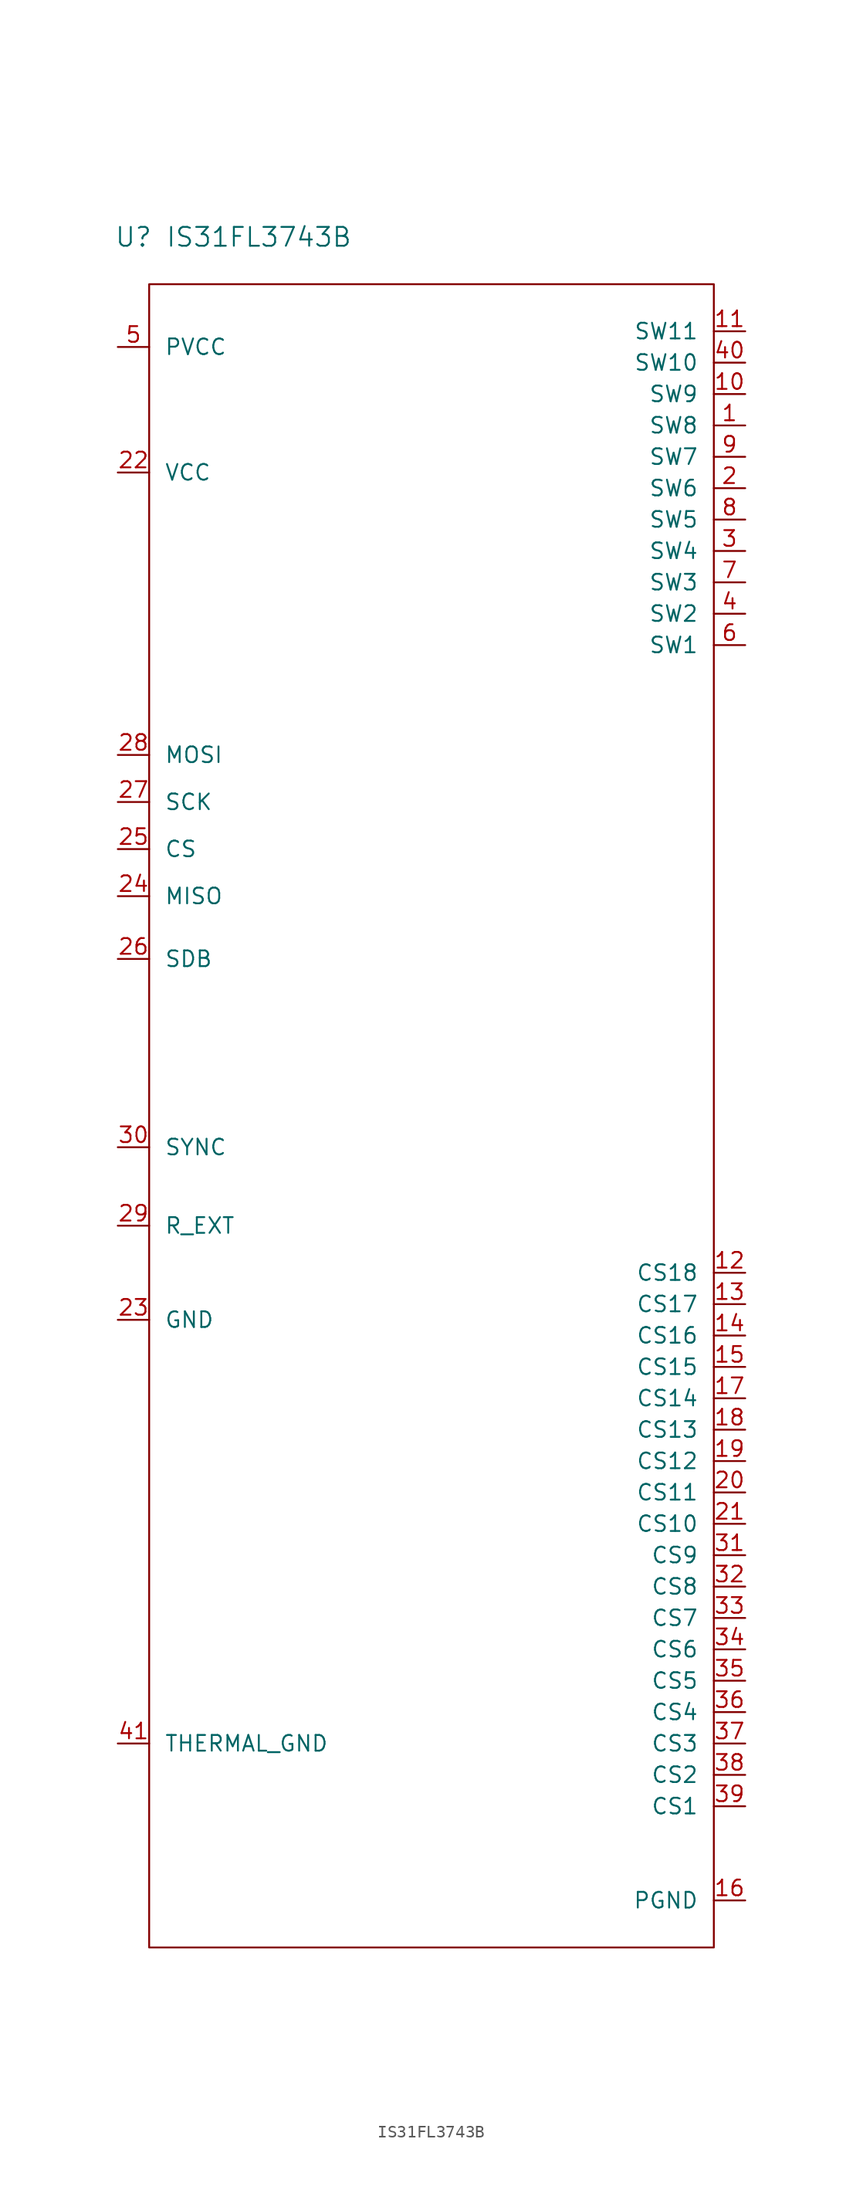
<source format=kicad_sym>
(kicad_symbol_lib
  (version 20201005)
  (generator kicad_symbol_editor)
  (symbol "IS31FL3743B"
    (pin_names
      (offset 1.219))
    (property "Reference" "U"
      (at -25.4 58.42 0)
      (effects (font (size 1.524 1.524))))
    (property "Value" "IS31FL3743B"
      (at -15.24 58.42 0)
      (effects (font (size 1.524 1.524))))
    (symbol "IS31FL3743B_0_1"
      (rectangle (start -24.13 54.61) (end 21.59 -80.01) (stroke (width 0)) (fill (type none))))
    (symbol "IS31FL3743B_1_1"
      (pin passive line (at 24.13 43.18 180) (length 2.54) (name "SW8" (effects (font (size 1.27 1.27)))) (number "1" (effects (font (size 1.27 1.27)))))
      (pin passive line (at 24.13 45.72 180) (length 2.54) (name "SW9" (effects (font (size 1.27 1.27)))) (number "10" (effects (font (size 1.27 1.27)))))
      (pin output line (at 24.13 50.8 180) (length 2.54) (name "SW11" (effects (font (size 1.27 1.27)))) (number "11" (effects (font (size 1.27 1.27)))))
      (pin passive line (at 24.13 -25.4 180) (length 2.54) (name "CS18" (effects (font (size 1.27 1.27)))) (number "12" (effects (font (size 1.27 1.27)))))
      (pin passive line (at 24.13 -27.94 180) (length 2.54) (name "CS17" (effects (font (size 1.27 1.27)))) (number "13" (effects (font (size 1.27 1.27)))))
      (pin passive line (at 24.13 -30.48 180) (length 2.54) (name "CS16" (effects (font (size 1.27 1.27)))) (number "14" (effects (font (size 1.27 1.27)))))
      (pin passive line (at 24.13 -33.02 180) (length 2.54) (name "CS15" (effects (font (size 1.27 1.27)))) (number "15" (effects (font (size 1.27 1.27)))))
      (pin passive line (at 24.13 -76.2 180) (length 2.54) (name "PGND" (effects (font (size 1.27 1.27)))) (number "16" (effects (font (size 1.27 1.27)))))
      (pin passive line (at 24.13 -35.56 180) (length 2.54) (name "CS14" (effects (font (size 1.27 1.27)))) (number "17" (effects (font (size 1.27 1.27)))))
      (pin passive line (at 24.13 -38.1 180) (length 2.54) (name "CS13" (effects (font (size 1.27 1.27)))) (number "18" (effects (font (size 1.27 1.27)))))
      (pin passive line (at 24.13 -40.64 180) (length 2.54) (name "CS12" (effects (font (size 1.27 1.27)))) (number "19" (effects (font (size 1.27 1.27)))))
      (pin passive line (at 24.13 38.1 180) (length 2.54) (name "SW6" (effects (font (size 1.27 1.27)))) (number "2" (effects (font (size 1.27 1.27)))))
      (pin passive line (at 24.13 -43.18 180) (length 2.54) (name "CS11" (effects (font (size 1.27 1.27)))) (number "20" (effects (font (size 1.27 1.27)))))
      (pin passive line (at 24.13 -45.72 180) (length 2.54) (name "CS10" (effects (font (size 1.27 1.27)))) (number "21" (effects (font (size 1.27 1.27)))))
      (pin power_in line (at -26.67 39.37 0) (length 2.54) (name "VCC" (effects (font (size 1.27 1.27)))) (number "22" (effects (font (size 1.27 1.27)))))
      (pin input line (at -26.67 -29.21 0) (length 2.54) (name "GND" (effects (font (size 1.27 1.27)))) (number "23" (effects (font (size 1.27 1.27)))))
      (pin output line (at -26.67 5.08 0) (length 2.54) (name "MISO" (effects (font (size 1.27 1.27)))) (number "24" (effects (font (size 1.27 1.27)))))
      (pin output line (at -26.67 8.89 0) (length 2.54) (name "CS" (effects (font (size 1.27 1.27)))) (number "25" (effects (font (size 1.27 1.27)))))
      (pin output line (at -26.67 0 0) (length 2.54) (name "SDB" (effects (font (size 1.27 1.27)))) (number "26" (effects (font (size 1.27 1.27)))))
      (pin input line (at -26.67 12.7 0) (length 2.54) (name "SCK" (effects (font (size 1.27 1.27)))) (number "27" (effects (font (size 1.27 1.27)))))
      (pin input line (at -26.67 16.51 0) (length 2.54) (name "MOSI" (effects (font (size 1.27 1.27)))) (number "28" (effects (font (size 1.27 1.27)))))
      (pin input line (at -26.67 -21.59 0) (length 2.54) (name "R_EXT" (effects (font (size 1.27 1.27)))) (number "29" (effects (font (size 1.27 1.27)))))
      (pin passive line (at 24.13 33.02 180) (length 2.54) (name "SW4" (effects (font (size 1.27 1.27)))) (number "3" (effects (font (size 1.27 1.27)))))
      (pin input line (at -26.67 -15.24 0) (length 2.54) (name "SYNC" (effects (font (size 1.27 1.27)))) (number "30" (effects (font (size 1.27 1.27)))))
      (pin passive line (at 24.13 -48.26 180) (length 2.54) (name "CS9" (effects (font (size 1.27 1.27)))) (number "31" (effects (font (size 1.27 1.27)))))
      (pin passive line (at 24.13 -50.8 180) (length 2.54) (name "CS8" (effects (font (size 1.27 1.27)))) (number "32" (effects (font (size 1.27 1.27)))))
      (pin passive line (at 24.13 -53.34 180) (length 2.54) (name "CS7" (effects (font (size 1.27 1.27)))) (number "33" (effects (font (size 1.27 1.27)))))
      (pin passive line (at 24.13 -55.88 180) (length 2.54) (name "CS6" (effects (font (size 1.27 1.27)))) (number "34" (effects (font (size 1.27 1.27)))))
      (pin passive line (at 24.13 -58.42 180) (length 2.54) (name "CS5" (effects (font (size 1.27 1.27)))) (number "35" (effects (font (size 1.27 1.27)))))
      (pin passive line (at 24.13 -60.96 180) (length 2.54) (name "CS4" (effects (font (size 1.27 1.27)))) (number "36" (effects (font (size 1.27 1.27)))))
      (pin passive line (at 24.13 -63.5 180) (length 2.54) (name "CS3" (effects (font (size 1.27 1.27)))) (number "37" (effects (font (size 1.27 1.27)))))
      (pin passive line (at 24.13 -66.04 180) (length 2.54) (name "CS2" (effects (font (size 1.27 1.27)))) (number "38" (effects (font (size 1.27 1.27)))))
      (pin passive line (at 24.13 -68.58 180) (length 2.54) (name "CS1" (effects (font (size 1.27 1.27)))) (number "39" (effects (font (size 1.27 1.27)))))
      (pin passive line (at 24.13 27.94 180) (length 2.54) (name "SW2" (effects (font (size 1.27 1.27)))) (number "4" (effects (font (size 1.27 1.27)))))
      (pin output line (at 24.13 48.26 180) (length 2.54) (name "SW10" (effects (font (size 1.27 1.27)))) (number "40" (effects (font (size 1.27 1.27)))))
      (pin input line (at -26.67 -63.5 0) (length 2.54) (name "THERMAL_GND" (effects (font (size 1.27 1.27)))) (number "41" (effects (font (size 1.27 1.27)))))
      (pin power_in line (at -26.67 49.53 0) (length 2.54) (name "PVCC" (effects (font (size 1.27 1.27)))) (number "5" (effects (font (size 1.27 1.27)))))
      (pin passive line (at 24.13 25.4 180) (length 2.54) (name "SW1" (effects (font (size 1.27 1.27)))) (number "6" (effects (font (size 1.27 1.27)))))
      (pin passive line (at 24.13 30.48 180) (length 2.54) (name "SW3" (effects (font (size 1.27 1.27)))) (number "7" (effects (font (size 1.27 1.27)))))
      (pin passive line (at 24.13 35.56 180) (length 2.54) (name "SW5" (effects (font (size 1.27 1.27)))) (number "8" (effects (font (size 1.27 1.27)))))
      (pin passive line (at 24.13 40.64 180) (length 2.54) (name "SW7" (effects (font (size 1.27 1.27)))) (number "9" (effects (font (size 1.27 1.27))))))))
</source>
